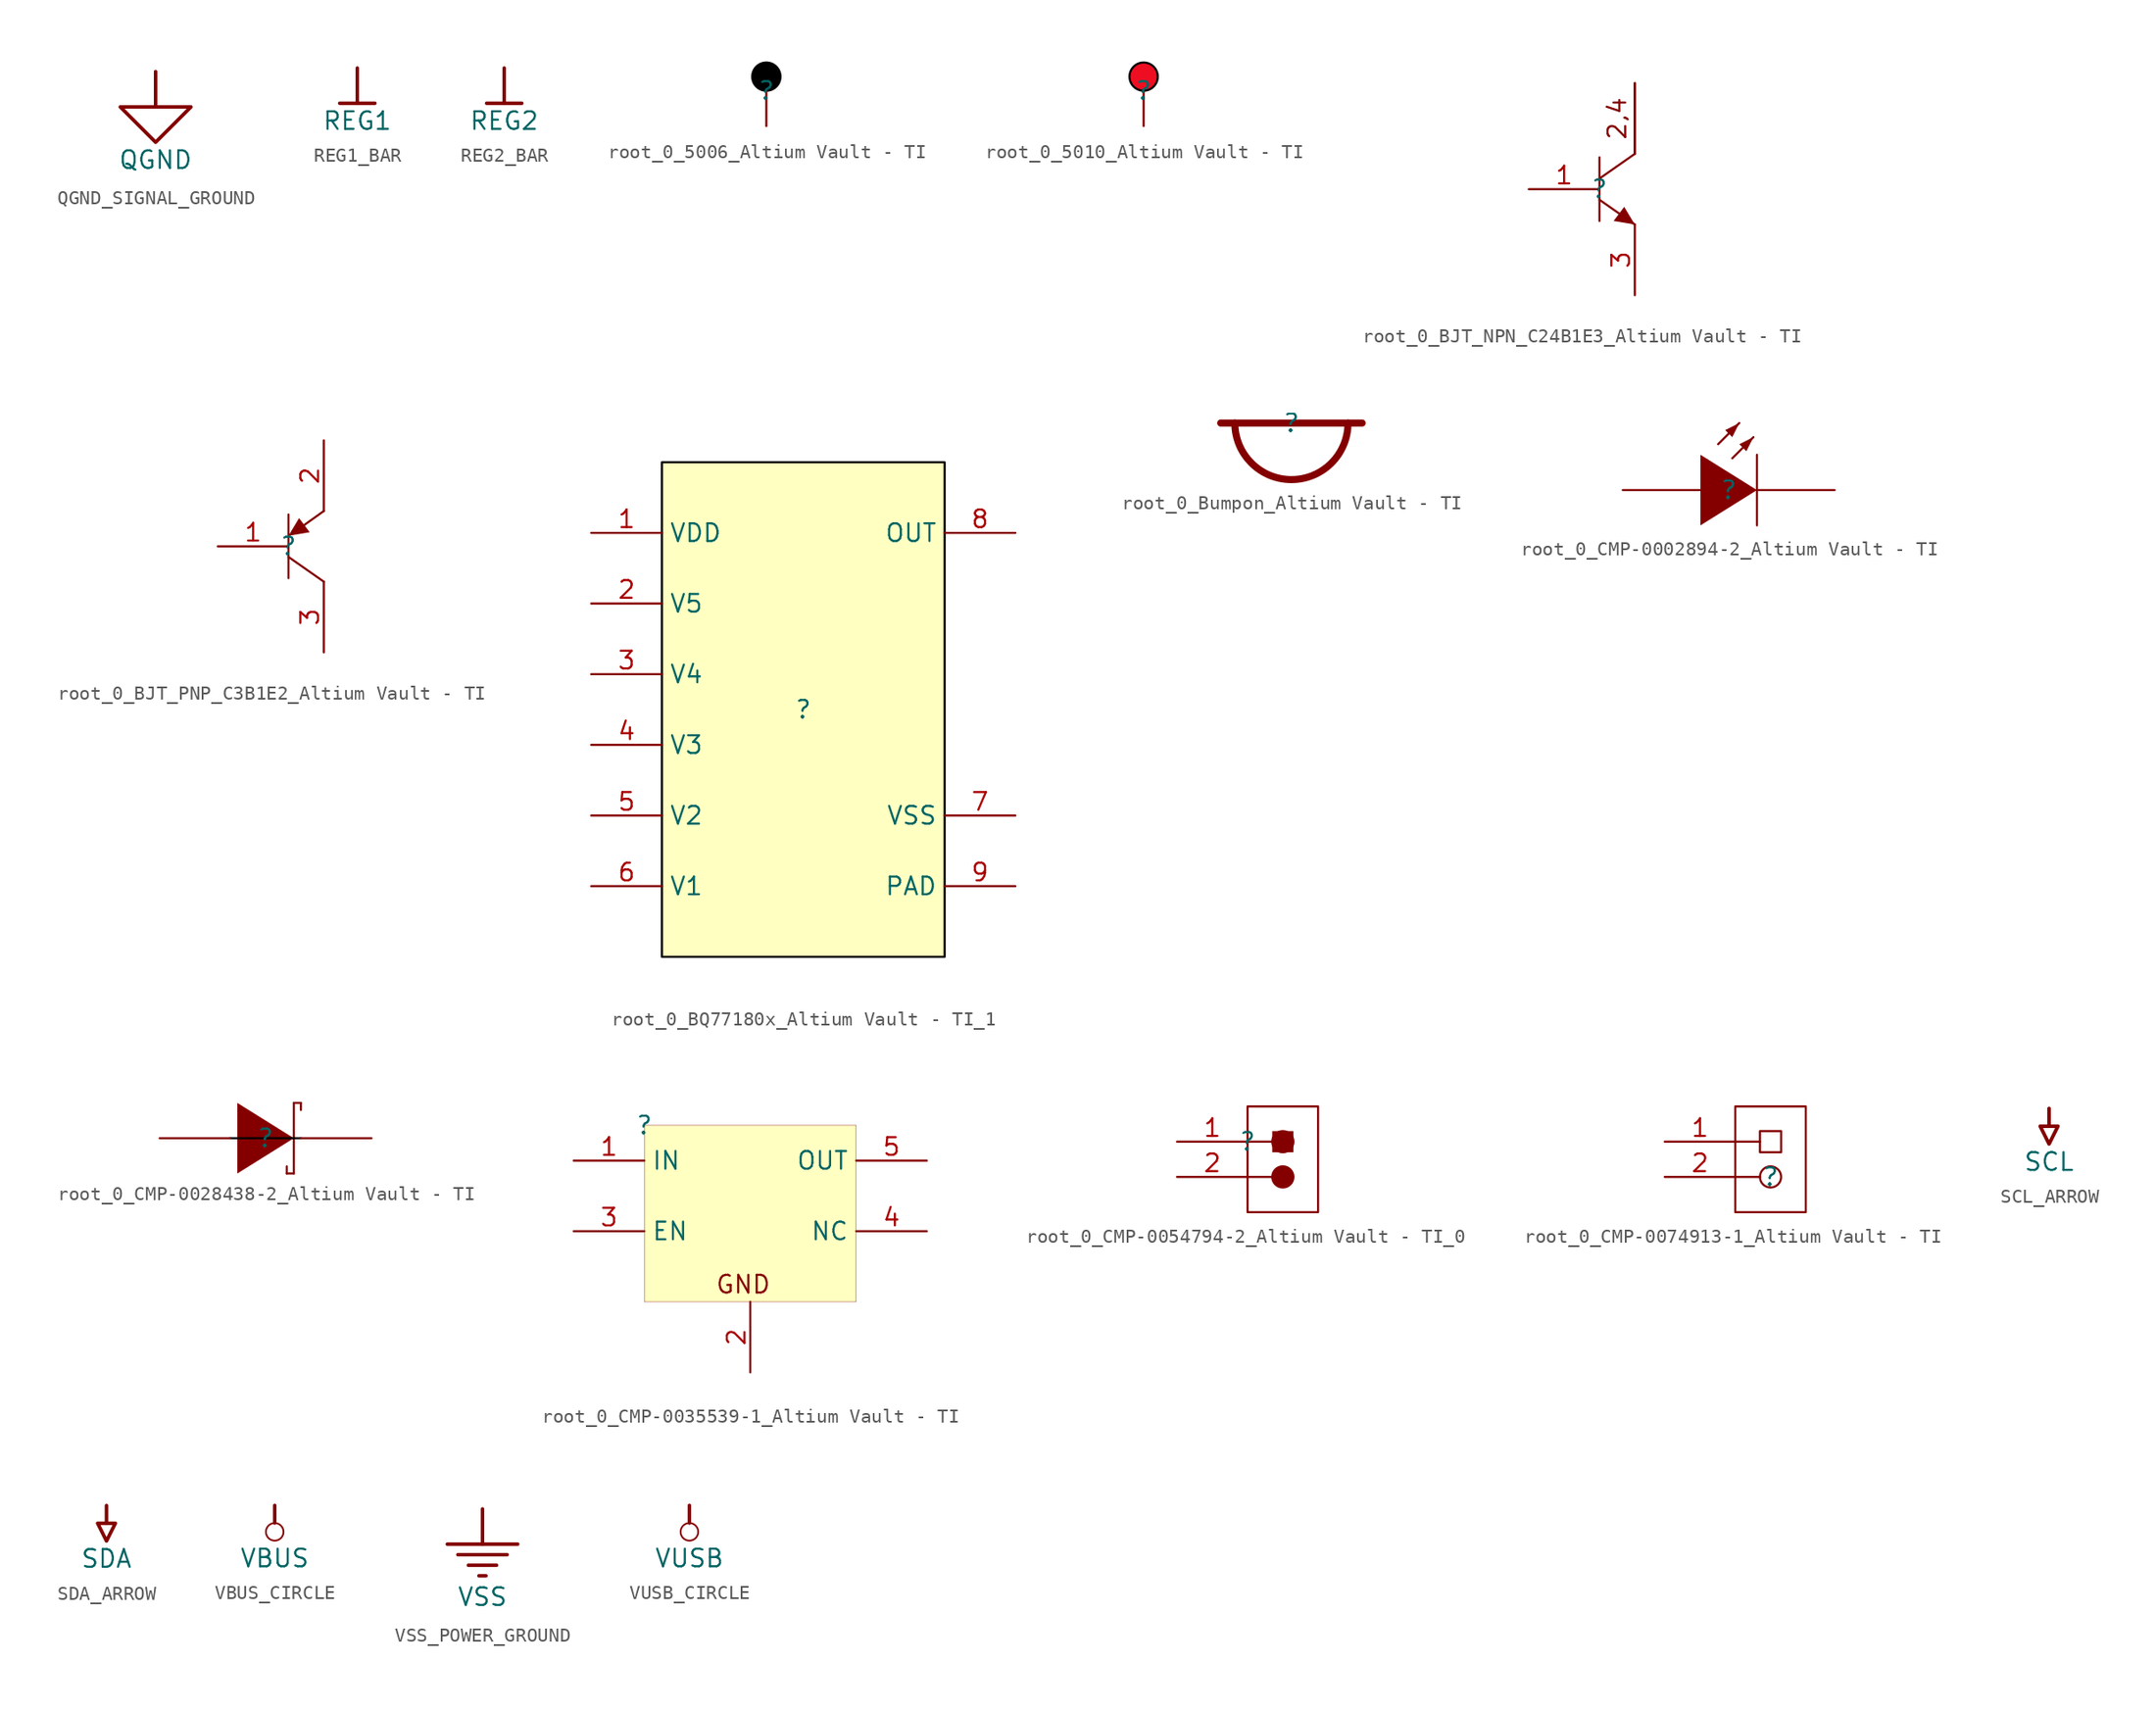
<source format=kicad_sym>
(kicad_symbol_lib
  (version 20241209)
  (generator "kicad_symbol_editor")
  (generator_version "9.0")
  (symbol "QGND_SIGNAL_GROUND"
    (power)
    (property "Reference" "#PWR"
      (at 0 0 0)
      (effects (font (size 1.27 1.27)) (hide yes)))
    (property "Value" "QGND"
      (at 0 -6.35 0)
      (effects (font (size 1.27 1.27))))
    (symbol "QGND_SIGNAL_GROUND_0_0"
      (polyline (pts (xy -2.54 -2.54) (xy 2.54 -2.54) (xy 0 -5.08) (xy -2.54 -2.54)) (stroke (width 0.254) (type solid)) (fill (type none)))
      (polyline (pts (xy 0 0) (xy 0 -2.54)) (stroke (width 0.254) (type solid)) (fill (type none)))
      (pin power_in line (at 0 0 0) (length 0) (hide yes) (name "QGND" (effects (font (size 1.27 1.27)))) (number "" (effects (font (size 1.27 1.27)))))))
  (symbol "REG1_BAR"
    (power)
    (property "Reference" "#PWR"
      (at 0 0 0)
      (effects (font (size 1.27 1.27)) (hide yes)))
    (property "Value" "REG1"
      (at 0 -3.81 0)
      (effects (font (size 1.27 1.27))))
    (symbol "REG1_BAR_0_0"
      (polyline (pts (xy -1.27 -2.54) (xy 1.27 -2.54)) (stroke (width 0.254) (type solid)) (fill (type none)))
      (polyline (pts (xy 0 0) (xy 0 -2.54)) (stroke (width 0.254) (type solid)) (fill (type none)))
      (pin power_in line (at 0 0 0) (length 0) (hide yes) (name "REG1" (effects (font (size 1.27 1.27)))) (number "" (effects (font (size 1.27 1.27)))))))
  (symbol "REG2_BAR"
    (power)
    (property "Reference" "#PWR"
      (at 0 0 0)
      (effects (font (size 1.27 1.27)) (hide yes)))
    (property "Value" "REG2"
      (at 0 -3.81 0)
      (effects (font (size 1.27 1.27))))
    (symbol "REG2_BAR_0_0"
      (polyline (pts (xy -1.27 -2.54) (xy 1.27 -2.54)) (stroke (width 0.254) (type solid)) (fill (type none)))
      (polyline (pts (xy 0 0) (xy 0 -2.54)) (stroke (width 0.254) (type solid)) (fill (type none)))
      (pin power_in line (at 0 0 0) (length 0) (hide yes) (name "REG2" (effects (font (size 1.27 1.27)))) (number "" (effects (font (size 1.27 1.27)))))))
  (symbol "root_0_5006_Altium Vault - TI"
    (pin_numbers
      (hide yes))
    (pin_names
      (hide yes))
    (property "Reference" ""
      (at 0 0 0)
      (effects (font (size 1.27 1.27))))
    (property "Value" ""
      (at 0 0 0)
      (effects (font (size 1.27 1.27))))
    (symbol "root_0_5006_Altium Vault - TI_1_0"
      (circle (center 0 1.016) (radius 1.016) (stroke (width 0) (type solid) (color 0 0 0 1)) (fill (type outline)))
      (pin passive line (at 0 -2.54 90) (length 2.54) (name "" (effects (font (size 1.27 1.27)))) (number "1" (effects (font (size 1.27 1.27)))))))
  (symbol "root_0_5010_Altium Vault - TI"
    (pin_numbers
      (hide yes))
    (pin_names
      (hide yes))
    (property "Reference" ""
      (at 0 0 0)
      (effects (font (size 1.27 1.27))))
    (property "Value" ""
      (at 0 0 0)
      (effects (font (size 1.27 1.27))))
    (symbol "root_0_5010_Altium Vault - TI_1_0"
      (circle (center 0 1.016) (radius 1.016) (stroke (width 0) (type solid) (color 0 0 0 1)) (fill (type color) (color 238 14 34 1)))
      (pin passive line (at 0 -2.54 90) (length 2.54) (name "" (effects (font (size 1.27 1.27)))) (number "1" (effects (font (size 1.27 1.27)))))))
  (symbol "root_0_BJT_NPN_C24B1E3_Altium Vault - TI"
    (pin_names
      (hide yes))
    (property "Reference" ""
      (at 0 0 0)
      (effects (font (size 1.27 1.27))))
    (property "Value" ""
      (at 0 0 0)
      (effects (font (size 1.27 1.27))))
    (symbol "root_0_BJT_NPN_C24B1E3_Altium Vault - TI_1_0"
      (polyline (pts (xy 0 2.286) (xy 0 -2.286)) (stroke (width 0) (type solid)) (fill (type none)))
      (polyline (pts (xy 0 -0.762) (xy 2.54 -2.54)) (stroke (width 0) (type solid)) (fill (type none)))
      (polyline (pts (xy 2.54 2.54) (xy 0 0.762)) (stroke (width 0) (type solid)) (fill (type none)))
      (polyline (pts (xy 2.54 -2.54) (xy 1.778 -1.27) (xy 1.016 -2.286) (xy 2.54 -2.54)) (stroke (width -0.0001) (type solid)) (fill (type outline)))
      (text "2,4" (at 1.27 5.08 900) (effects (font (size 1.27 1.27))))
      (pin passive line (at -5.08 0 0) (length 5.08) (name "B" (effects (font (size 1.27 1.27)))) (number "1" (effects (font (size 1.27 1.27)))))
      (pin passive line (at 2.54 7.62 270) (length 5.08) (name "C" (effects (font (size 1.27 1.27)))) (number "2" (effects (font (size 0 0)))))
      (pin passive line (at 2.54 7.62 270) (length 5.08) (name "C" (effects (font (size 1.27 1.27)))) (number "4" (effects (font (size 0 0)))))
      (pin passive line (at 2.54 -7.62 90) (length 5.08) (name "E" (effects (font (size 1.27 1.27)))) (number "3" (effects (font (size 1.27 1.27)))))))
  (symbol "root_0_BJT_PNP_C3B1E2_Altium Vault - TI"
    (pin_names
      (hide yes))
    (property "Reference" ""
      (at 0 0 0)
      (effects (font (size 1.27 1.27))))
    (property "Value" ""
      (at 0 0 0)
      (effects (font (size 1.27 1.27))))
    (symbol "root_0_BJT_PNP_C3B1E2_Altium Vault - TI_1_0"
      (polyline (pts (xy 0 0.762) (xy 1.524 1.016) (xy 0.762 2.032) (xy 0 0.762)) (stroke (width -0.0001) (type solid)) (fill (type outline)))
      (polyline (pts (xy 0 -2.286) (xy 0 2.286)) (stroke (width 0) (type solid)) (fill (type none)))
      (polyline (pts (xy 0.762 1.27) (xy 2.54 2.54)) (stroke (width 0) (type solid)) (fill (type none)))
      (polyline (pts (xy 2.54 -2.54) (xy 0 -0.762)) (stroke (width 0) (type solid)) (fill (type none)))
      (pin passive line (at -5.08 0 0) (length 5.08) (name "B" (effects (font (size 1.27 1.27)))) (number "1" (effects (font (size 1.27 1.27)))))
      (pin passive line (at 2.54 7.62 270) (length 5.08) (name "E" (effects (font (size 1.27 1.27)))) (number "2" (effects (font (size 1.27 1.27)))))
      (pin passive line (at 2.54 -7.62 90) (length 5.08) (name "C" (effects (font (size 1.27 1.27)))) (number "3" (effects (font (size 1.27 1.27)))))))
  (symbol "root_0_BQ77180x_Altium Vault - TI_1"
    (property "Reference" ""
      (at 0 0 0)
      (effects (font (size 1.27 1.27))))
    (property "Value" ""
      (at 0 0 0)
      (effects (font (size 1.27 1.27))))
    (symbol "root_0_BQ77180x_Altium Vault - TI_1_1_0"
      (rectangle (start 10.16 17.78) (end -10.16 -17.78) (stroke (width 0) (type solid) (color 0 0 0 1)) (fill (type background)))
      (pin power_in line (at -15.24 12.7 0) (length 5.08) (name "VDD" (effects (font (size 1.27 1.27)))) (number "1" (effects (font (size 1.27 1.27)))))
      (pin input line (at -15.24 7.62 0) (length 5.08) (name "V5" (effects (font (size 1.27 1.27)))) (number "2" (effects (font (size 1.27 1.27)))))
      (pin input line (at -15.24 2.54 0) (length 5.08) (name "V4" (effects (font (size 1.27 1.27)))) (number "3" (effects (font (size 1.27 1.27)))))
      (pin input line (at -15.24 -2.54 0) (length 5.08) (name "V3" (effects (font (size 1.27 1.27)))) (number "4" (effects (font (size 1.27 1.27)))))
      (pin input line (at -15.24 -7.62 0) (length 5.08) (name "V2" (effects (font (size 1.27 1.27)))) (number "5" (effects (font (size 1.27 1.27)))))
      (pin input line (at -15.24 -12.7 0) (length 5.08) (name "V1" (effects (font (size 1.27 1.27)))) (number "6" (effects (font (size 1.27 1.27)))))
      (pin output line (at 15.24 12.7 180) (length 5.08) (name "OUT" (effects (font (size 1.27 1.27)))) (number "8" (effects (font (size 1.27 1.27)))))
      (pin power_in line (at 15.24 -7.62 180) (length 5.08) (name "VSS" (effects (font (size 1.27 1.27)))) (number "7" (effects (font (size 1.27 1.27)))))
      (pin passive line (at 15.24 -12.7 180) (length 5.08) (name "PAD" (effects (font (size 1.27 1.27)))) (number "9" (effects (font (size 1.27 1.27)))))))
  (symbol "root_0_Bumpon_Altium Vault - TI"
    (pin_numbers
      (hide yes))
    (pin_names
      (hide yes))
    (property "Reference" ""
      (at 0 0 0)
      (effects (font (size 1.27 1.27))))
    (property "Value" ""
      (at 0 0 0)
      (effects (font (size 1.27 1.27))))
    (symbol "root_0_Bumpon_Altium Vault - TI_1_0"
      (polyline (pts (xy -5.08 0) (xy 5.08 0)) (stroke (width 0.508) (type solid)) (fill (type none)))
      (arc (start 4.064 0) (mid 0 -4.064) (end -4.064 0) (stroke (width 0.508) (type solid)) (fill (type none)))))
  (symbol "root_0_CMP-0002894-2_Altium Vault - TI"
    (pin_numbers
      (hide yes))
    (pin_names
      (hide yes))
    (property "Reference" ""
      (at 0 0 0)
      (effects (font (size 1.27 1.27))))
    (property "Value" ""
      (at 0 0 0)
      (effects (font (size 1.27 1.27))))
    (symbol "root_0_CMP-0002894-2_Altium Vault - TI_1_0"
      (polyline (pts (xy -2.032 2.54) (xy 2.032 0) (xy -2.032 -2.54) (xy -2.032 2.54)) (stroke (width -0.0001) (type solid)) (fill (type outline)))
      (polyline (pts (xy 0.762 4.826) (xy -0.762 3.302)) (stroke (width 0) (type solid)) (fill (type none)))
      (polyline (pts (xy 0.762 4.826) (xy -0.254 4.318) (xy 0.254 3.81) (xy 0.762 4.826)) (stroke (width -0.0001) (type solid)) (fill (type outline)))
      (polyline (pts (xy 1.778 3.81) (xy 0.254 2.286)) (stroke (width 0) (type solid)) (fill (type none)))
      (polyline (pts (xy 1.778 3.81) (xy 0.762 3.302) (xy 1.27 2.794) (xy 1.778 3.81)) (stroke (width -0.0001) (type solid)) (fill (type outline)))
      (polyline (pts (xy 2.032 2.54) (xy 2.032 -2.54)) (stroke (width 0) (type solid)) (fill (type none)))
      (pin passive line (at -7.62 0 0) (length 5.588) (name "A" (effects (font (size 1.27 1.27)))) (number "2" (effects (font (size 1.27 1.27)))))
      (pin passive line (at 7.62 0 180) (length 5.588) (name "K" (effects (font (size 1.27 1.27)))) (number "1" (effects (font (size 1.27 1.27)))))))
  (symbol "root_0_CMP-0028438-2_Altium Vault - TI"
    (pin_numbers
      (hide yes))
    (pin_names
      (hide yes))
    (property "Reference" ""
      (at 0 0 0)
      (effects (font (size 1.27 1.27))))
    (property "Value" ""
      (at 0 0 0)
      (effects (font (size 1.27 1.27))))
    (symbol "root_0_CMP-0028438-2_Altium Vault - TI_1_0"
      (polyline (pts (xy -2.032 2.54) (xy 2.032 0) (xy -2.032 -2.54) (xy -2.032 2.54)) (stroke (width -0.0001) (type solid)) (fill (type outline)))
      (polyline (pts (xy 1.524 -2.54) (xy 1.524 -2.032)) (stroke (width 0) (type solid)) (fill (type none)))
      (polyline (pts (xy 2.032 2.54) (xy 2.032 -2.54)) (stroke (width 0) (type solid)) (fill (type none)))
      (polyline (pts (xy 2.032 2.54) (xy 2.54 2.54)) (stroke (width 0) (type solid)) (fill (type none)))
      (polyline (pts (xy 2.032 -2.54) (xy 1.524 -2.54)) (stroke (width 0) (type solid)) (fill (type none)))
      (polyline (pts (xy 2.54 2.54) (xy 2.54 2.032)) (stroke (width 0) (type solid)) (fill (type none)))
      (polyline (pts (xy 2.54 0) (xy -2.54 0)) (stroke (width 0) (type solid) (color 0 0 0 1)) (fill (type none)))
      (pin passive line (at -7.62 0 0) (length 5.08) (name "A" (effects (font (size 1.27 1.27)))) (number "1" (effects (font (size 1.27 1.27)))))
      (pin passive line (at 7.62 0 180) (length 5.08) (name "K" (effects (font (size 1.27 1.27)))) (number "3" (effects (font (size 1.27 1.27)))))))
  (symbol "root_0_CMP-0035539-1_Altium Vault - TI"
    (property "Reference" ""
      (at 0 0 0)
      (effects (font (size 1.27 1.27))))
    (property "Value" ""
      (at 0 0 0)
      (effects (font (size 1.27 1.27))))
    (symbol "root_0_CMP-0035539-1_Altium Vault - TI_1_0"
      (rectangle (start 15.24 0) (end 0 -12.7) (stroke (width 0.025) (type solid) (color 128 0 0 1)) (fill (type background)))
      (text "GND" (at 5.08 -12.192 0) (effects (font (size 1.27 1.27)) (justify left bottom)))
      (pin power_in line (at -5.08 -2.54 0) (length 5.08) (name "IN" (effects (font (size 1.27 1.27)))) (number "1" (effects (font (size 1.27 1.27)))))
      (pin input line (at -5.08 -7.62 0) (length 5.08) (name "EN" (effects (font (size 1.27 1.27)))) (number "3" (effects (font (size 1.27 1.27)))))
      (pin power_in line (at 7.62 -17.78 90) (length 5.08) (name "GND" (effects (font (size 0 0)))) (number "2" (effects (font (size 1.27 1.27)))))
      (pin power_in line (at 20.32 -2.54 180) (length 5.08) (name "OUT" (effects (font (size 1.27 1.27)))) (number "5" (effects (font (size 1.27 1.27)))))
      (pin passive line (at 20.32 -7.62 180) (length 5.08) (name "NC" (effects (font (size 1.27 1.27)))) (number "4" (effects (font (size 1.27 1.27)))))))
  (symbol "root_0_CMP-0054794-2_Altium Vault - TI_0"
    (pin_names
      (hide yes))
    (property "Reference" ""
      (at 0 0 0)
      (effects (font (size 1.27 1.27))))
    (property "Value" ""
      (at 0 0 0)
      (effects (font (size 1.27 1.27))))
    (symbol "root_0_CMP-0054794-2_Altium Vault - TI_0_1_0"
      (polyline (pts (xy 0 0) (xy 1.778 0)) (stroke (width 0) (type solid)) (fill (type none)))
      (polyline (pts (xy 0 -2.54) (xy 1.778 -2.54)) (stroke (width 0) (type solid)) (fill (type none)))
      (circle (center 2.54 0) (radius 0.762) (stroke (width 0) (type solid)) (fill (type outline)))
      (circle (center 2.54 -2.54) (radius 0.762) (stroke (width 0) (type solid)) (fill (type outline)))
      (rectangle (start 3.302 0.762) (end 1.778 -0.762) (stroke (width -0.0001) (type solid)) (fill (type outline)))
      (rectangle (start 5.08 2.54) (end 0 -5.08) (stroke (width 0) (type solid)) (fill (type color) (color 255 255 255 1)))
      (pin passive line (at -5.08 0 0) (length 5.08) (name "1" (effects (font (size 1.27 1.27)))) (number "1" (effects (font (size 1.27 1.27)))))
      (pin passive line (at -5.08 -2.54 0) (length 5.08) (name "2" (effects (font (size 1.27 1.27)))) (number "2" (effects (font (size 1.27 1.27)))))))
  (symbol "root_0_CMP-0074913-1_Altium Vault - TI"
    (pin_names
      (hide yes))
    (property "Reference" ""
      (at 0 0 0)
      (effects (font (size 1.27 1.27))))
    (property "Value" ""
      (at 0 0 0)
      (effects (font (size 1.27 1.27))))
    (symbol "root_0_CMP-0074913-1_Altium Vault - TI_1_0"
      (polyline (pts (xy -2.54 2.54) (xy -0.762 2.54)) (stroke (width 0) (type solid)) (fill (type none)))
      (polyline (pts (xy -2.54 0) (xy -0.762 0)) (stroke (width 0) (type solid)) (fill (type none)))
      (circle (center 0 0) (radius 0.762) (stroke (width 0) (type solid)) (fill (type color) (color 255 255 255 1)))
      (rectangle (start 0.762 3.302) (end -0.762 1.778) (stroke (width 0) (type solid)) (fill (type color) (color 255 255 255 1)))
      (rectangle (start 2.54 5.08) (end -2.54 -2.54) (stroke (width 0) (type solid)) (fill (type color) (color 255 255 255 1)))
      (pin passive line (at -7.62 2.54 0) (length 5.08) (name "1" (effects (font (size 1.27 1.27)))) (number "1" (effects (font (size 1.27 1.27)))))
      (pin passive line (at -7.62 0 0) (length 5.08) (name "2" (effects (font (size 1.27 1.27)))) (number "2" (effects (font (size 1.27 1.27)))))))
  (symbol "SCL_ARROW"
    (power)
    (property "Reference" "#PWR"
      (at 0 0 0)
      (effects (font (size 1.27 1.27)) (hide yes)))
    (property "Value" "SCL"
      (at 0 -3.81 0)
      (effects (font (size 1.27 1.27))))
    (symbol "SCL_ARROW_0_0"
      (polyline (pts (xy -0.635 -1.27) (xy 0.635 -1.27) (xy 0 -2.54) (xy -0.635 -1.27)) (stroke (width 0.254) (type solid)) (fill (type none)))
      (polyline (pts (xy 0 0) (xy 0 -1.27)) (stroke (width 0.254) (type solid)) (fill (type none)))
      (pin power_in line (at 0 0 0) (length 0) (hide yes) (name "SCL" (effects (font (size 1.27 1.27)))) (number "" (effects (font (size 1.27 1.27)))))))
  (symbol "SDA_ARROW"
    (power)
    (property "Reference" "#PWR"
      (at 0 0 0)
      (effects (font (size 1.27 1.27)) (hide yes)))
    (property "Value" "SDA"
      (at 0 -3.81 0)
      (effects (font (size 1.27 1.27))))
    (symbol "SDA_ARROW_0_0"
      (polyline (pts (xy -0.635 -1.27) (xy 0.635 -1.27) (xy 0 -2.54) (xy -0.635 -1.27)) (stroke (width 0.254) (type solid)) (fill (type none)))
      (polyline (pts (xy 0 0) (xy 0 -1.27)) (stroke (width 0.254) (type solid)) (fill (type none)))
      (pin power_in line (at 0 0 0) (length 0) (hide yes) (name "SDA" (effects (font (size 1.27 1.27)))) (number "" (effects (font (size 1.27 1.27)))))))
  (symbol "VBUS_CIRCLE"
    (power)
    (property "Reference" "#PWR"
      (at 0 0 0)
      (effects (font (size 1.27 1.27)) (hide yes)))
    (property "Value" "VBUS"
      (at 0 -3.81 0)
      (effects (font (size 1.27 1.27))))
    (symbol "VBUS_CIRCLE_0_0"
      (polyline (pts (xy 0 0) (xy 0 -1.27)) (stroke (width 0.254) (type solid)) (fill (type none)))
      (circle (center 0 -1.905) (radius 0.635) (stroke (width 0.127) (type solid)) (fill (type none)))
      (pin power_in line (at 0 0 0) (length 0) (hide yes) (name "VBUS" (effects (font (size 1.27 1.27)))) (number "" (effects (font (size 1.27 1.27)))))))
  (symbol "VSS_POWER_GROUND"
    (power)
    (property "Reference" "#PWR"
      (at 0 0 0)
      (effects (font (size 1.27 1.27)) (hide yes)))
    (property "Value" "VSS"
      (at 0 -6.35 0)
      (effects (font (size 1.27 1.27))))
    (symbol "VSS_POWER_GROUND_0_0"
      (polyline (pts (xy -2.54 -2.54) (xy 2.54 -2.54)) (stroke (width 0.254) (type solid)) (fill (type none)))
      (polyline (pts (xy -1.778 -3.302) (xy 1.778 -3.302)) (stroke (width 0.254) (type solid)) (fill (type none)))
      (polyline (pts (xy -1.016 -4.064) (xy 1.016 -4.064)) (stroke (width 0.254) (type solid)) (fill (type none)))
      (polyline (pts (xy -0.254 -4.826) (xy 0.254 -4.826)) (stroke (width 0.254) (type solid)) (fill (type none)))
      (polyline (pts (xy 0 0) (xy 0 -2.54)) (stroke (width 0.254) (type solid)) (fill (type none)))
      (pin power_in line (at 0 0 0) (length 0) (hide yes) (name "VSS" (effects (font (size 1.27 1.27)))) (number "" (effects (font (size 1.27 1.27)))))))
  (symbol "VUSB_CIRCLE"
    (power)
    (property "Reference" "#PWR"
      (at 0 0 0)
      (effects (font (size 1.27 1.27)) (hide yes)))
    (property "Value" "VUSB"
      (at 0 -3.81 0)
      (effects (font (size 1.27 1.27))))
    (symbol "VUSB_CIRCLE_0_0"
      (polyline (pts (xy 0 0) (xy 0 -1.27)) (stroke (width 0.254) (type solid)) (fill (type none)))
      (circle (center 0 -1.905) (radius 0.635) (stroke (width 0.127) (type solid)) (fill (type none)))
      (pin power_in line (at 0 0 0) (length 0) (hide yes) (name "VUSB" (effects (font (size 1.27 1.27)))) (number "" (effects (font (size 1.27 1.27))))))))
</source>
